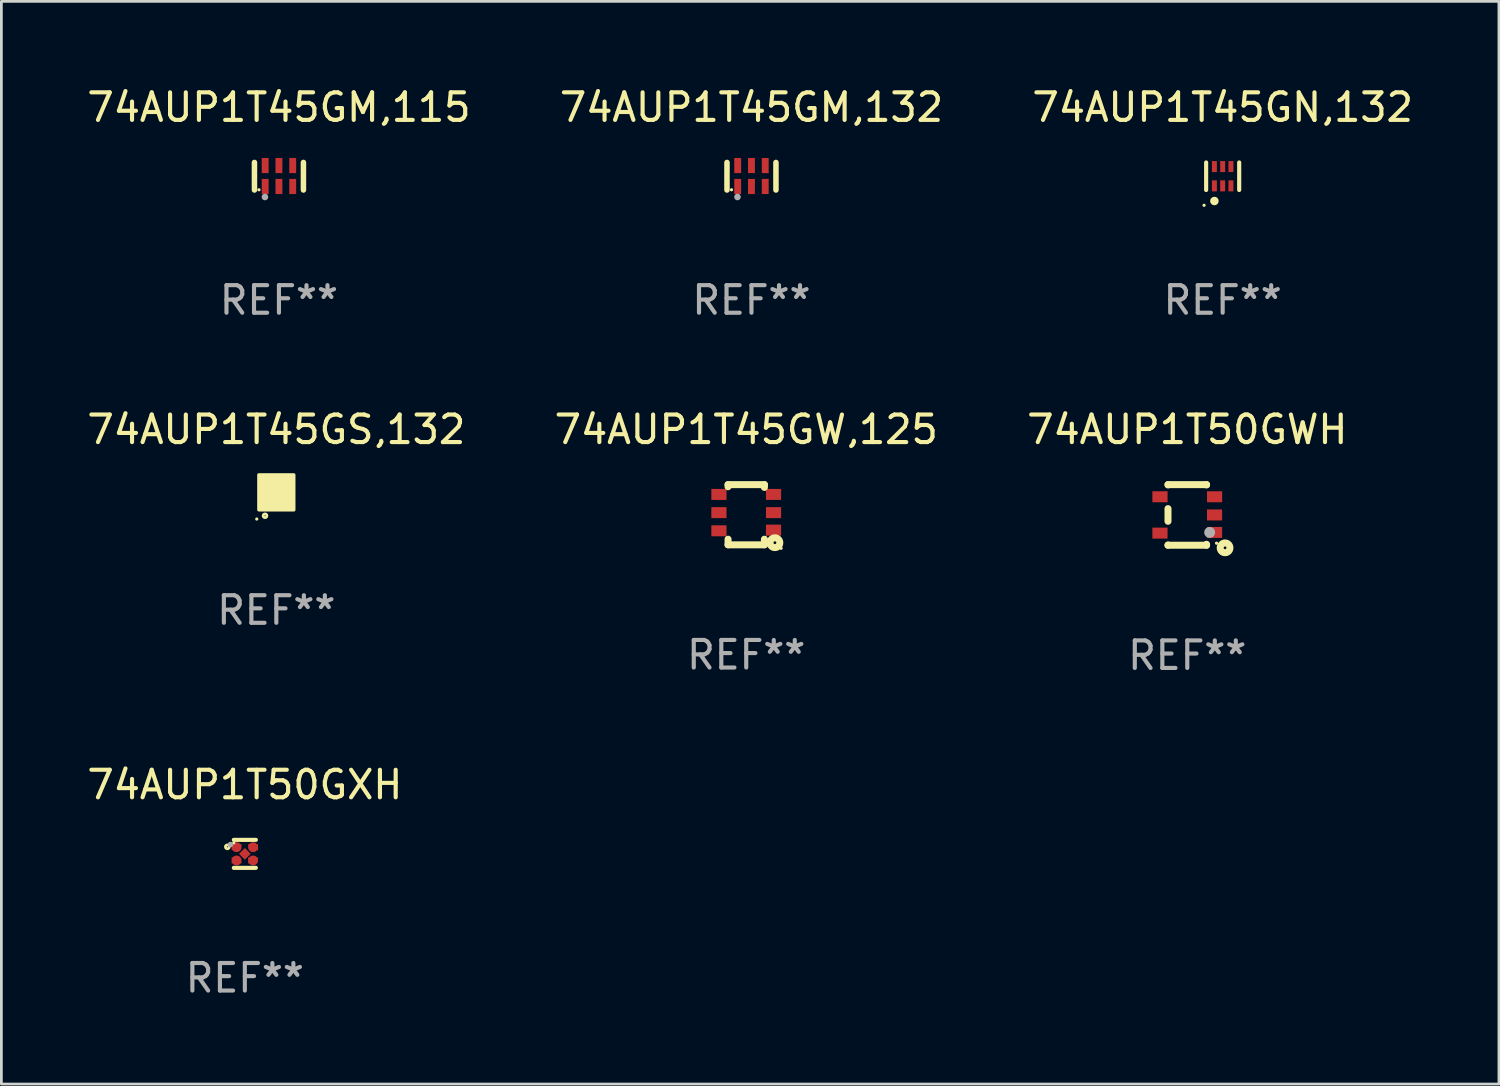
<source format=kicad_pcb>
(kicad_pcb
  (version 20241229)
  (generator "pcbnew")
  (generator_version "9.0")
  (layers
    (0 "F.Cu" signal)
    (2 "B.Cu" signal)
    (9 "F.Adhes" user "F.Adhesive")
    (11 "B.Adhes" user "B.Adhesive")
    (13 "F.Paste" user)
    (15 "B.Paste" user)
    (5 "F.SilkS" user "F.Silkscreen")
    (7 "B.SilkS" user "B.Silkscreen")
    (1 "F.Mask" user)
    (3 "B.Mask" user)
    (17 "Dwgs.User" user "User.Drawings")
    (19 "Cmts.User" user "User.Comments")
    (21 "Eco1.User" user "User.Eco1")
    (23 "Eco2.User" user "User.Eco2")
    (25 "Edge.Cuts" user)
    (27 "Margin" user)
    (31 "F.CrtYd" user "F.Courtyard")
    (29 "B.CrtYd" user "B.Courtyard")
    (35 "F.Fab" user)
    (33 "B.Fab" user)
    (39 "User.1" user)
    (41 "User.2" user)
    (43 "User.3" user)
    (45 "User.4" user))
  (footprint "74AUP1T45GM,115"
    (layer "F.Cu")
    (at 7.077 3.348)
    (property "Reference" "74AUP1T45GM,115" (at 0 -2.5 0) (layer "F.SilkS") (effects (font (size 1 1) (thickness 0.15))))
    (attr through_hole)
    (fp_line (start -0.889 0.5) (end -0.889 -0.5) (stroke (width 0.2) (type solid)) (layer "F.SilkS"))
    (fp_line (start 0.889 0.5) (end 0.889 -0.5) (stroke (width 0.2) (type solid)) (layer "F.SilkS"))
    (fp_circle (center -0.725 0.492) (end -0.695 0.492) (stroke (width 0.06) (type solid)) (fill no) (layer "F.SilkS"))
    (fp_circle (center -0.508 0.754) (end -0.448 0.754) (stroke (width 0.12) (type solid)) (fill no) (layer "F.Fab"))
    (fp_text user "REF**" (at 0 4.5 0) (layer "F.Fab") (effects (font (size 1 1) (thickness 0.15))))
    (pad "1" smd rect (at -0.5 0.372) (size 0.25 0.55) (layers "F.Cu" "F.Mask" "F.Paste"))
    (pad "2" smd rect (at -0.000127 0.372) (size 0.25 0.55) (layers "F.Cu" "F.Mask" "F.Paste"))
    (pad "3" smd rect (at 0.5 0.372) (size 0.25 0.55) (layers "F.Cu" "F.Mask" "F.Paste"))
    (pad "4" smd rect (at 0.5 -0.388 180) (size 0.25 0.55) (layers "F.Cu" "F.Mask" "F.Paste"))
    (pad "5" smd rect (at -0.000127 -0.388 180) (size 0.25 0.55) (layers "F.Cu" "F.Mask" "F.Paste"))
    (pad "6" smd rect (at -0.5 -0.388 180) (size 0.25 0.55) (layers "F.Cu" "F.Mask" "F.Paste")))
  (footprint "74AUP1T50GWH"
    (layer "F.Cu")
    (at 40.054 15.645)
    (property "Reference" "74AUP1T50GWH" (at 0 -3.1 0) (layer "F.SilkS") (effects (font (size 1 1) (thickness 0.15))))
    (attr through_hole)
    (fp_line (start -0.7 -1.1) (end 0.7 -1.1) (stroke (width 0.254) (type solid)) (layer "F.SilkS"))
    (fp_line (start -0.7 -1.09) (end -0.7 -1.1) (stroke (width 0.254) (type solid)) (layer "F.SilkS"))
    (fp_line (start -0.7 0.23) (end -0.7 -0.23) (stroke (width 0.254) (type solid)) (layer "F.SilkS"))
    (fp_line (start -0.7 1.1) (end -0.7 1.09) (stroke (width 0.254) (type solid)) (layer "F.SilkS"))
    (fp_line (start -0.7 1.1) (end 0.7 1.1) (stroke (width 0.254) (type solid)) (layer "F.SilkS"))
    (fp_line (start 0.7 -1.09) (end 0.7 -1.1) (stroke (width 0.254) (type solid)) (layer "F.SilkS"))
    (fp_line (start 0.7 1.1) (end 0.7 1.065) (stroke (width 0.254) (type solid)) (layer "F.SilkS"))
    (fp_circle (center 1.062 1.025) (end 1.092 1.025) (stroke (width 0.06) (type solid)) (fill no) (layer "F.SilkS"))
    (fp_circle (center 1.372 1.194) (end 1.422 1.194) (stroke (width 0.254) (type solid)) (fill no) (layer "F.SilkS"))
    (fp_circle (center 0.813 0.635) (end 0.913 0.635) (stroke (width 0.2) (type solid)) (fill no) (layer "F.Fab"))
    (fp_text user "REF**" (at 0 5.1 0) (layer "F.Fab") (effects (font (size 1 1) (thickness 0.15))))
    (pad "1" smd rect (at 0.991 0.635 270) (size 0.399 0.551) (layers "F.Cu" "F.Mask" "F.Paste"))
    (pad "2" smd rect (at 0.991 0.000051 270) (size 0.399 0.551) (layers "F.Cu" "F.Mask" "F.Paste"))
    (pad "3" smd rect (at 0.991 -0.66 270) (size 0.399 0.551) (layers "F.Cu" "F.Mask" "F.Paste"))
    (pad "4" smd rect (at -0.991 -0.66 270) (size 0.399 0.551) (layers "F.Cu" "F.Mask" "F.Paste"))
    (pad "5" smd rect (at -0.991 0.66 270) (size 0.399 0.551) (layers "F.Cu" "F.Mask" "F.Paste")))
  (footprint "74AUP1T45GS,132"
    (layer "F.Cu")
    (at 6.982 14.825)
    (property "Reference" "74AUP1T45GS,132" (at 0 -2.28 0) (layer "F.SilkS") (effects (font (size 1 1) (thickness 0.15))))
    (attr through_hole)
    (fp_circle (center -0.71 0.968) (end -0.68 0.968) (stroke (width 0.06) (type solid)) (fill no) (layer "F.SilkS"))
    (fp_circle (center -0.41 0.85) (end -0.342 0.85) (stroke (width 0.1) (type solid)) (fill no) (layer "F.SilkS"))
    (fp_poly (pts (xy -0.635 -0.635) (xy 0.635 -0.635) (xy 0.635 0.635) (xy -0.635 0.635)) (stroke (width 0.12) (type solid)) (fill yes) (layer "F.SilkS"))
    (fp_text user "REF**" (at 0 4.28 0) (layer "F.Fab") (effects (font (size 1 1) (thickness 0.15))))
    (pad "1" smd rect (at -0.35 0.28 90) (size 0.35 0.2) (layers "F.Cu" "F.Mask" "F.Paste"))
    (pad "2" smd rect (at 0 0.28 90) (size 0.35 0.2) (layers "F.Cu" "F.Mask" "F.Paste"))
    (pad "3" smd rect (at 0.35 0.28 90) (size 0.35 0.2) (layers "F.Cu" "F.Mask" "F.Paste"))
    (pad "4" smd rect (at 0.35 -0.28 90) (size 0.35 0.2) (layers "F.Cu" "F.Mask" "F.Paste"))
    (pad "5" smd rect (at 0 -0.28 90) (size 0.35 0.2) (layers "F.Cu" "F.Mask" "F.Paste"))
    (pad "6" smd rect (at -0.35 -0.28 90) (size 0.35 0.2) (layers "F.Cu" "F.Mask" "F.Paste")))
  (footprint "74AUP1T45GW,125"
    (layer "F.Cu")
    (at 24.042 15.637)
    (property "Reference" "74AUP1T45GW,125" (at 0 -3.092 0) (layer "F.SilkS") (effects (font (size 1 1) (thickness 0.15))))
    (attr through_hole)
    (fp_line (start -0.66 -1.092) (end -0.66 -1.016) (stroke (width 0.254) (type solid)) (layer "F.SilkS"))
    (fp_line (start -0.66 1.092) (end -0.66 0.889) (stroke (width 0.254) (type solid)) (layer "F.SilkS"))
    (fp_line (start 0.66 -1.092) (end -0.66 -1.092) (stroke (width 0.254) (type solid)) (layer "F.SilkS"))
    (fp_line (start 0.66 -0.991) (end 0.66 -1.092) (stroke (width 0.254) (type solid)) (layer "F.SilkS"))
    (fp_line (start 0.66 0.889) (end 0.66 1.092) (stroke (width 0.254) (type solid)) (layer "F.SilkS"))
    (fp_line (start 0.66 1.092) (end -0.66 1.092) (stroke (width 0.254) (type solid)) (layer "F.SilkS"))
    (fp_circle (center 1.041 1.016) (end 1.092 1.016) (stroke (width 0.254) (type solid)) (fill no) (layer "F.SilkS"))
    (fp_circle (center 1.266 1.219) (end 1.296 1.219) (stroke (width 0.06) (type solid)) (fill no) (layer "F.SilkS"))
    (fp_text user "REF**" (at 0 5.092 0) (layer "F.Fab") (effects (font (size 1 1) (thickness 0.15))))
    (pad "1" smd rect (at 0.991 0.559 270) (size 0.399 0.551) (layers "F.Cu" "F.Mask" "F.Paste"))
    (pad "2" smd rect (at 0.991 -0.076 270) (size 0.399 0.551) (layers "F.Cu" "F.Mask" "F.Paste"))
    (pad "3" smd rect (at 0.991 -0.737 270) (size 0.399 0.551) (layers "F.Cu" "F.Mask" "F.Paste"))
    (pad "4" smd rect (at -0.991 -0.737 270) (size 0.399 0.551) (layers "F.Cu" "F.Mask" "F.Paste"))
    (pad "5" smd rect (at -0.991 -0.076 270) (size 0.399 0.551) (layers "F.Cu" "F.Mask" "F.Paste"))
    (pad "6" smd rect (at -0.991 0.584 270) (size 0.399 0.551) (layers "F.Cu" "F.Mask" "F.Paste")))
  (footprint "74AUP1T50GXH"
    (layer "F.Cu")
    (at 5.839 27.949)
    (property "Reference" "74AUP1T50GXH" (at 0 -2.508 0) (layer "F.SilkS") (effects (font (size 1 1) (thickness 0.15))))
    (attr through_hole)
    (fp_line (start 0.4 -0.508) (end -0.4 -0.508) (stroke (width 0.15) (type solid)) (layer "F.SilkS"))
    (fp_line (start 0.4 0.508) (end -0.4 0.508) (stroke (width 0.15) (type solid)) (layer "F.SilkS"))
    (fp_circle (center -0.635 -0.254) (end -0.615 -0.254) (stroke (width 0.1) (type solid)) (fill no) (layer "F.SilkS"))
    (fp_circle (center -0.401 -0.4) (end -0.371 -0.4) (stroke (width 0.06) (type solid)) (fill no) (layer "F.SilkS"))
    (fp_circle (center -0.523 -0.337) (end -0.473 -0.337) (stroke (width 0.1) (type solid)) (fill no) (layer "F.Fab"))
    (fp_text user "REF**" (at 0 4.508 0) (layer "F.Fab") (effects (font (size 1 1) (thickness 0.15))))
    (pad "1" smd custom (at -0.3 -0.24) (size 0.36 0.22) (layers "F.Cu" "F.Mask" "F.Paste") (options (anchor circle)) (primitives (gr_poly (pts (xy -0.18 -0.11) (xy -0.18 0.11) (xy 0.000127 0.11) (xy 0.18 -0.03) (xy 0.18 -0.11) (xy -0.18 -0.11)) (width 0) (fill yes))))
    (pad "2" smd custom (at -0.3 0.24) (size 0.36 0.22) (layers "F.Cu" "F.Mask" "F.Paste") (options (anchor circle)) (primitives (gr_poly (pts (xy -0.18 0.11) (xy -0.18 -0.11) (xy 0.000127 -0.11) (xy 0.18 0.03) (xy 0.18 0.11) (xy -0.18 0.11)) (width 0) (fill yes))))
    (pad "3" smd rect (at 0.000102 -0.000127 45) (size 0.3 0.3) (layers "F.Cu" "F.Mask" "F.Paste"))
    (pad "4" smd custom (at 0.3 0.24 180) (size 0.36 0.22) (layers "F.Cu" "F.Mask" "F.Paste") (options (anchor circle)) (primitives (gr_poly (pts (xy 0.18 0.11) (xy 0.18 -0.11) (xy -0.000178 -0.11) (xy -0.18 0.03) (xy -0.18 0.11) (xy 0.18 0.11)) (width 0) (fill yes))))
    (pad "5" smd custom (at 0.3 -0.24) (size 0.36 0.22) (layers "F.Cu" "F.Mask" "F.Paste") (options (anchor circle)) (primitives (gr_poly (pts (xy 0.18 -0.11) (xy 0.18 0.11) (xy -0.000152 0.11) (xy -0.18 -0.03) (xy -0.18 -0.11) (xy 0.18 -0.11)) (width 0) (fill yes)))))
  (footprint "74AUP1T45GN,132"
    (layer "F.Cu")
    (at 41.339 3.348)
    (property "Reference" "74AUP1T45GN,132" (at 0 -2.5 0) (layer "F.SilkS") (effects (font (size 1 1) (thickness 0.15))))
    (attr through_hole)
    (fp_line (start -0.6 -0.5) (end -0.6 0.5) (stroke (width 0.15) (type solid)) (layer "F.SilkS"))
    (fp_line (start 0.6 0.5) (end 0.6 -0.5) (stroke (width 0.15) (type solid)) (layer "F.SilkS"))
    (fp_circle (center -0.675 1.055) (end -0.645 1.055) (stroke (width 0.06) (type solid)) (fill no) (layer "F.SilkS"))
    (fp_circle (center -0.3 0.9) (end -0.22 0.9) (stroke (width 0.15) (type solid)) (fill no) (layer "F.SilkS"))
    (fp_text user "REF**" (at 0 4.5 0) (layer "F.Fab") (effects (font (size 1 1) (thickness 0.15))))
    (pad "1" smd rect (at -0.3 0.35) (size 0.18 0.4) (layers "F.Cu" "F.Mask" "F.Paste"))
    (pad "2" smd rect (at 0.000025 0.35) (size 0.18 0.4) (layers "F.Cu" "F.Mask" "F.Paste"))
    (pad "3" smd rect (at 0.3 0.35) (size 0.18 0.4) (layers "F.Cu" "F.Mask" "F.Paste"))
    (pad "4" smd rect (at 0.3 -0.35) (size 0.18 0.4) (layers "F.Cu" "F.Mask" "F.Paste"))
    (pad "5" smd rect (at 0.000025 -0.35) (size 0.18 0.4) (layers "F.Cu" "F.Mask" "F.Paste"))
    (pad "6" smd rect (at -0.3 -0.35) (size 0.18 0.4) (layers "F.Cu" "F.Mask" "F.Paste")))
  (footprint "74AUP1T45GM,132"
    (layer "F.Cu")
    (at 24.232 3.348)
    (property "Reference" "74AUP1T45GM,132" (at 0 -2.5 0) (layer "F.SilkS") (effects (font (size 1 1) (thickness 0.15))))
    (attr through_hole)
    (fp_line (start -0.889 0.5) (end -0.889 -0.5) (stroke (width 0.2) (type solid)) (layer "F.SilkS"))
    (fp_line (start 0.889 0.5) (end 0.889 -0.5) (stroke (width 0.2) (type solid)) (layer "F.SilkS"))
    (fp_circle (center -0.725 0.492) (end -0.695 0.492) (stroke (width 0.06) (type solid)) (fill no) (layer "F.SilkS"))
    (fp_circle (center -0.508 0.754) (end -0.448 0.754) (stroke (width 0.12) (type solid)) (fill no) (layer "F.Fab"))
    (fp_text user "REF**" (at 0 4.5 0) (layer "F.Fab") (effects (font (size 1 1) (thickness 0.15))))
    (pad "1" smd rect (at -0.5 0.372) (size 0.25 0.55) (layers "F.Cu" "F.Mask" "F.Paste"))
    (pad "2" smd rect (at -0.000127 0.372) (size 0.25 0.55) (layers "F.Cu" "F.Mask" "F.Paste"))
    (pad "3" smd rect (at 0.5 0.372) (size 0.25 0.55) (layers "F.Cu" "F.Mask" "F.Paste"))
    (pad "4" smd rect (at 0.5 -0.388 180) (size 0.25 0.55) (layers "F.Cu" "F.Mask" "F.Paste"))
    (pad "5" smd rect (at -0.000127 -0.388 180) (size 0.25 0.55) (layers "F.Cu" "F.Mask" "F.Paste"))
    (pad "6" smd rect (at -0.5 -0.388 180) (size 0.25 0.55) (layers "F.Cu" "F.Mask" "F.Paste")))
  (gr_rect
    (start -3 -3)
    (end 51.369 36.306)
    (stroke (width 0.1) (type default))
    (fill no)
    (layer "Edge.Cuts")))
</source>
